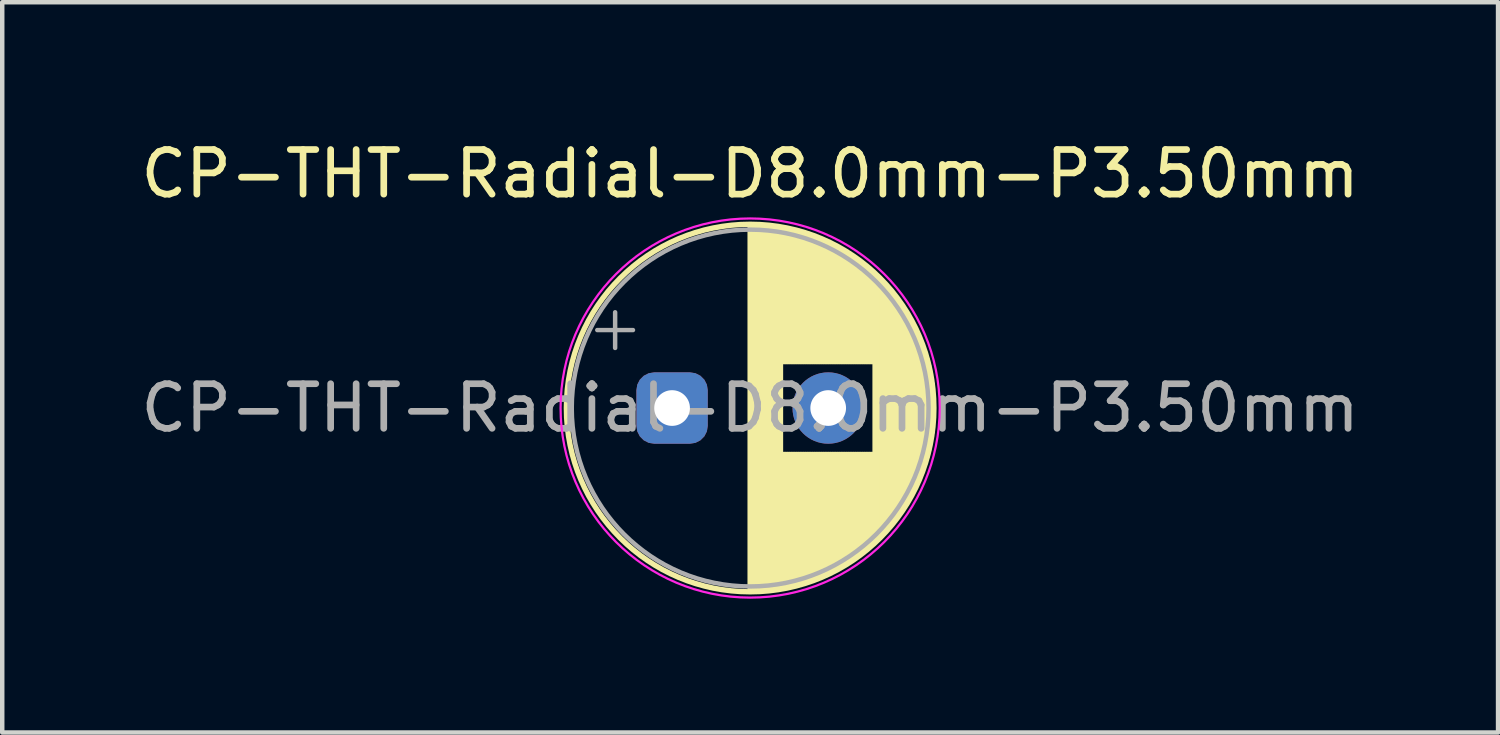
<source format=kicad_pcb>
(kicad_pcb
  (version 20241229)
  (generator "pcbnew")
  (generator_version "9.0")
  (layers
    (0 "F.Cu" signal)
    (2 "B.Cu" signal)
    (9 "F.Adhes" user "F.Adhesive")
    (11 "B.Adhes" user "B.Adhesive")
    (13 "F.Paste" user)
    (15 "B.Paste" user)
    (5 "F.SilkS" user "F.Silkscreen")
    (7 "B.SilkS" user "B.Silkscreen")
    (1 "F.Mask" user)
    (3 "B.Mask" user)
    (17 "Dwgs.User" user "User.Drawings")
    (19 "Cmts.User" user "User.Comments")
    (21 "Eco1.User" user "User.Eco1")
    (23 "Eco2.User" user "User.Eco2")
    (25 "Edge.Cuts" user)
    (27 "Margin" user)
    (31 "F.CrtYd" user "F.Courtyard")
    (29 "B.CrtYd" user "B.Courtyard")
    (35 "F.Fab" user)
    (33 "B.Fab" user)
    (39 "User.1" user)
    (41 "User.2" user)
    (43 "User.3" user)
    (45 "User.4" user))
  (footprint "CP-THT-Radial-D8.0mm-P3.50mm"
    (layer "F.Cu")
    (at 13.768 6.098)
    (property "Reference" "CP-THT-Radial-D8.0mm-P3.50mm" (at 0 -5.25 0) (layer "F.SilkS") (effects (font (size 1 1) (thickness 0.15))))
    (attr through_hole)
    (fp_line (start 0 -4.08) (end 0 4.08) (stroke (width 0.12) (type solid)) (layer "F.SilkS"))
    (fp_line (start 0.04 -4.08) (end 0.04 4.08) (stroke (width 0.12) (type solid)) (layer "F.SilkS"))
    (fp_line (start 0.08 -4.08) (end 0.08 4.08) (stroke (width 0.12) (type solid)) (layer "F.SilkS"))
    (fp_line (start 0.12 -4.079) (end 0.12 4.079) (stroke (width 0.12) (type solid)) (layer "F.SilkS"))
    (fp_line (start 0.16 -4.077) (end 0.16 4.077) (stroke (width 0.12) (type solid)) (layer "F.SilkS"))
    (fp_line (start 0.2 -4.076) (end 0.2 4.076) (stroke (width 0.12) (type solid)) (layer "F.SilkS"))
    (fp_line (start 0.24 -4.074) (end 0.24 4.074) (stroke (width 0.12) (type solid)) (layer "F.SilkS"))
    (fp_line (start 0.28 -4.071) (end 0.28 4.071) (stroke (width 0.12) (type solid)) (layer "F.SilkS"))
    (fp_line (start 0.32 -4.068) (end 0.32 4.068) (stroke (width 0.12) (type solid)) (layer "F.SilkS"))
    (fp_line (start 0.36 -4.065) (end 0.36 4.065) (stroke (width 0.12) (type solid)) (layer "F.SilkS"))
    (fp_line (start 0.4 -4.061) (end 0.4 4.061) (stroke (width 0.12) (type solid)) (layer "F.SilkS"))
    (fp_line (start 0.44 -4.057) (end 0.44 4.057) (stroke (width 0.12) (type solid)) (layer "F.SilkS"))
    (fp_line (start 0.48 -4.052) (end 0.48 4.052) (stroke (width 0.12) (type solid)) (layer "F.SilkS"))
    (fp_line (start 0.52 -4.048) (end 0.52 4.048) (stroke (width 0.12) (type solid)) (layer "F.SilkS"))
    (fp_line (start 0.56 -4.042) (end 0.56 4.042) (stroke (width 0.12) (type solid)) (layer "F.SilkS"))
    (fp_line (start 0.6 -4.037) (end 0.6 4.037) (stroke (width 0.12) (type solid)) (layer "F.SilkS"))
    (fp_line (start 0.64 -4.03) (end 0.64 4.03) (stroke (width 0.12) (type solid)) (layer "F.SilkS"))
    (fp_line (start 0.68 -4.024) (end 0.68 4.024) (stroke (width 0.12) (type solid)) (layer "F.SilkS"))
    (fp_line (start 0.721 -4.017) (end 0.721 -1.04) (stroke (width 0.12) (type solid)) (layer "F.SilkS"))
    (fp_line (start 0.721 1.04) (end 0.721 4.017) (stroke (width 0.12) (type solid)) (layer "F.SilkS"))
    (fp_line (start 0.761 -4.01) (end 0.761 -1.04) (stroke (width 0.12) (type solid)) (layer "F.SilkS"))
    (fp_line (start 0.761 1.04) (end 0.761 4.01) (stroke (width 0.12) (type solid)) (layer "F.SilkS"))
    (fp_line (start 0.801 -4.002) (end 0.801 -1.04) (stroke (width 0.12) (type solid)) (layer "F.SilkS"))
    (fp_line (start 0.801 1.04) (end 0.801 4.002) (stroke (width 0.12) (type solid)) (layer "F.SilkS"))
    (fp_line (start 0.841 -3.994) (end 0.841 -1.04) (stroke (width 0.12) (type solid)) (layer "F.SilkS"))
    (fp_line (start 0.841 1.04) (end 0.841 3.994) (stroke (width 0.12) (type solid)) (layer "F.SilkS"))
    (fp_line (start 0.881 -3.985) (end 0.881 -1.04) (stroke (width 0.12) (type solid)) (layer "F.SilkS"))
    (fp_line (start 0.881 1.04) (end 0.881 3.985) (stroke (width 0.12) (type solid)) (layer "F.SilkS"))
    (fp_line (start 0.921 -3.976) (end 0.921 -1.04) (stroke (width 0.12) (type solid)) (layer "F.SilkS"))
    (fp_line (start 0.921 1.04) (end 0.921 3.976) (stroke (width 0.12) (type solid)) (layer "F.SilkS"))
    (fp_line (start 0.961 -3.967) (end 0.961 -1.04) (stroke (width 0.12) (type solid)) (layer "F.SilkS"))
    (fp_line (start 0.961 1.04) (end 0.961 3.967) (stroke (width 0.12) (type solid)) (layer "F.SilkS"))
    (fp_line (start 1.001 -3.957) (end 1.001 -1.04) (stroke (width 0.12) (type solid)) (layer "F.SilkS"))
    (fp_line (start 1.001 1.04) (end 1.001 3.957) (stroke (width 0.12) (type solid)) (layer "F.SilkS"))
    (fp_line (start 1.041 -3.947) (end 1.041 -1.04) (stroke (width 0.12) (type solid)) (layer "F.SilkS"))
    (fp_line (start 1.041 1.04) (end 1.041 3.947) (stroke (width 0.12) (type solid)) (layer "F.SilkS"))
    (fp_line (start 1.081 -3.936) (end 1.081 -1.04) (stroke (width 0.12) (type solid)) (layer "F.SilkS"))
    (fp_line (start 1.081 1.04) (end 1.081 3.936) (stroke (width 0.12) (type solid)) (layer "F.SilkS"))
    (fp_line (start 1.121 -3.925) (end 1.121 -1.04) (stroke (width 0.12) (type solid)) (layer "F.SilkS"))
    (fp_line (start 1.121 1.04) (end 1.121 3.925) (stroke (width 0.12) (type solid)) (layer "F.SilkS"))
    (fp_line (start 1.161 -3.914) (end 1.161 -1.04) (stroke (width 0.12) (type solid)) (layer "F.SilkS"))
    (fp_line (start 1.161 1.04) (end 1.161 3.914) (stroke (width 0.12) (type solid)) (layer "F.SilkS"))
    (fp_line (start 1.201 -3.902) (end 1.201 -1.04) (stroke (width 0.12) (type solid)) (layer "F.SilkS"))
    (fp_line (start 1.201 1.04) (end 1.201 3.902) (stroke (width 0.12) (type solid)) (layer "F.SilkS"))
    (fp_line (start 1.241 -3.889) (end 1.241 -1.04) (stroke (width 0.12) (type solid)) (layer "F.SilkS"))
    (fp_line (start 1.241 1.04) (end 1.241 3.889) (stroke (width 0.12) (type solid)) (layer "F.SilkS"))
    (fp_line (start 1.281 -3.877) (end 1.281 -1.04) (stroke (width 0.12) (type solid)) (layer "F.SilkS"))
    (fp_line (start 1.281 1.04) (end 1.281 3.877) (stroke (width 0.12) (type solid)) (layer "F.SilkS"))
    (fp_line (start 1.321 -3.863) (end 1.321 -1.04) (stroke (width 0.12) (type solid)) (layer "F.SilkS"))
    (fp_line (start 1.321 1.04) (end 1.321 3.863) (stroke (width 0.12) (type solid)) (layer "F.SilkS"))
    (fp_line (start 1.361 -3.85) (end 1.361 -1.04) (stroke (width 0.12) (type solid)) (layer "F.SilkS"))
    (fp_line (start 1.361 1.04) (end 1.361 3.85) (stroke (width 0.12) (type solid)) (layer "F.SilkS"))
    (fp_line (start 1.401 -3.835) (end 1.401 -1.04) (stroke (width 0.12) (type solid)) (layer "F.SilkS"))
    (fp_line (start 1.401 1.04) (end 1.401 3.835) (stroke (width 0.12) (type solid)) (layer "F.SilkS"))
    (fp_line (start 1.441 -3.821) (end 1.441 -1.04) (stroke (width 0.12) (type solid)) (layer "F.SilkS"))
    (fp_line (start 1.441 1.04) (end 1.441 3.821) (stroke (width 0.12) (type solid)) (layer "F.SilkS"))
    (fp_line (start 1.481 -3.805) (end 1.481 -1.04) (stroke (width 0.12) (type solid)) (layer "F.SilkS"))
    (fp_line (start 1.481 1.04) (end 1.481 3.805) (stroke (width 0.12) (type solid)) (layer "F.SilkS"))
    (fp_line (start 1.521 -3.79) (end 1.521 -1.04) (stroke (width 0.12) (type solid)) (layer "F.SilkS"))
    (fp_line (start 1.521 1.04) (end 1.521 3.79) (stroke (width 0.12) (type solid)) (layer "F.SilkS"))
    (fp_line (start 1.561 -3.774) (end 1.561 -1.04) (stroke (width 0.12) (type solid)) (layer "F.SilkS"))
    (fp_line (start 1.561 1.04) (end 1.561 3.774) (stroke (width 0.12) (type solid)) (layer "F.SilkS"))
    (fp_line (start 1.601 -3.757) (end 1.601 -1.04) (stroke (width 0.12) (type solid)) (layer "F.SilkS"))
    (fp_line (start 1.601 1.04) (end 1.601 3.757) (stroke (width 0.12) (type solid)) (layer "F.SilkS"))
    (fp_line (start 1.641 -3.74) (end 1.641 -1.04) (stroke (width 0.12) (type solid)) (layer "F.SilkS"))
    (fp_line (start 1.641 1.04) (end 1.641 3.74) (stroke (width 0.12) (type solid)) (layer "F.SilkS"))
    (fp_line (start 1.681 -3.722) (end 1.681 -1.04) (stroke (width 0.12) (type solid)) (layer "F.SilkS"))
    (fp_line (start 1.681 1.04) (end 1.681 3.722) (stroke (width 0.12) (type solid)) (layer "F.SilkS"))
    (fp_line (start 1.721 -3.704) (end 1.721 -1.04) (stroke (width 0.12) (type solid)) (layer "F.SilkS"))
    (fp_line (start 1.721 1.04) (end 1.721 3.704) (stroke (width 0.12) (type solid)) (layer "F.SilkS"))
    (fp_line (start 1.761 -3.686) (end 1.761 -1.04) (stroke (width 0.12) (type solid)) (layer "F.SilkS"))
    (fp_line (start 1.761 1.04) (end 1.761 3.686) (stroke (width 0.12) (type solid)) (layer "F.SilkS"))
    (fp_line (start 1.801 -3.666) (end 1.801 -1.04) (stroke (width 0.12) (type solid)) (layer "F.SilkS"))
    (fp_line (start 1.801 1.04) (end 1.801 3.666) (stroke (width 0.12) (type solid)) (layer "F.SilkS"))
    (fp_line (start 1.841 -3.647) (end 1.841 -1.04) (stroke (width 0.12) (type solid)) (layer "F.SilkS"))
    (fp_line (start 1.841 1.04) (end 1.841 3.647) (stroke (width 0.12) (type solid)) (layer "F.SilkS"))
    (fp_line (start 1.881 -3.627) (end 1.881 -1.04) (stroke (width 0.12) (type solid)) (layer "F.SilkS"))
    (fp_line (start 1.881 1.04) (end 1.881 3.627) (stroke (width 0.12) (type solid)) (layer "F.SilkS"))
    (fp_line (start 1.921 -3.606) (end 1.921 -1.04) (stroke (width 0.12) (type solid)) (layer "F.SilkS"))
    (fp_line (start 1.921 1.04) (end 1.921 3.606) (stroke (width 0.12) (type solid)) (layer "F.SilkS"))
    (fp_line (start 1.961 -3.584) (end 1.961 -1.04) (stroke (width 0.12) (type solid)) (layer "F.SilkS"))
    (fp_line (start 1.961 1.04) (end 1.961 3.584) (stroke (width 0.12) (type solid)) (layer "F.SilkS"))
    (fp_line (start 2.001 -3.562) (end 2.001 -1.04) (stroke (width 0.12) (type solid)) (layer "F.SilkS"))
    (fp_line (start 2.001 1.04) (end 2.001 3.562) (stroke (width 0.12) (type solid)) (layer "F.SilkS"))
    (fp_line (start 2.041 -3.54) (end 2.041 -1.04) (stroke (width 0.12) (type solid)) (layer "F.SilkS"))
    (fp_line (start 2.041 1.04) (end 2.041 3.54) (stroke (width 0.12) (type solid)) (layer "F.SilkS"))
    (fp_line (start 2.081 -3.517) (end 2.081 -1.04) (stroke (width 0.12) (type solid)) (layer "F.SilkS"))
    (fp_line (start 2.081 1.04) (end 2.081 3.517) (stroke (width 0.12) (type solid)) (layer "F.SilkS"))
    (fp_line (start 2.121 -3.493) (end 2.121 -1.04) (stroke (width 0.12) (type solid)) (layer "F.SilkS"))
    (fp_line (start 2.121 1.04) (end 2.121 3.493) (stroke (width 0.12) (type solid)) (layer "F.SilkS"))
    (fp_line (start 2.161 -3.469) (end 2.161 -1.04) (stroke (width 0.12) (type solid)) (layer "F.SilkS"))
    (fp_line (start 2.161 1.04) (end 2.161 3.469) (stroke (width 0.12) (type solid)) (layer "F.SilkS"))
    (fp_line (start 2.201 -3.444) (end 2.201 -1.04) (stroke (width 0.12) (type solid)) (layer "F.SilkS"))
    (fp_line (start 2.201 1.04) (end 2.201 3.444) (stroke (width 0.12) (type solid)) (layer "F.SilkS"))
    (fp_line (start 2.241 -3.418) (end 2.241 -1.04) (stroke (width 0.12) (type solid)) (layer "F.SilkS"))
    (fp_line (start 2.241 1.04) (end 2.241 3.418) (stroke (width 0.12) (type solid)) (layer "F.SilkS"))
    (fp_line (start 2.281 -3.392) (end 2.281 -1.04) (stroke (width 0.12) (type solid)) (layer "F.SilkS"))
    (fp_line (start 2.281 1.04) (end 2.281 3.392) (stroke (width 0.12) (type solid)) (layer "F.SilkS"))
    (fp_line (start 2.321 -3.365) (end 2.321 -1.04) (stroke (width 0.12) (type solid)) (layer "F.SilkS"))
    (fp_line (start 2.321 1.04) (end 2.321 3.365) (stroke (width 0.12) (type solid)) (layer "F.SilkS"))
    (fp_line (start 2.361 -3.338) (end 2.361 -1.04) (stroke (width 0.12) (type solid)) (layer "F.SilkS"))
    (fp_line (start 2.361 1.04) (end 2.361 3.338) (stroke (width 0.12) (type solid)) (layer "F.SilkS"))
    (fp_line (start 2.401 -3.309) (end 2.401 -1.04) (stroke (width 0.12) (type solid)) (layer "F.SilkS"))
    (fp_line (start 2.401 1.04) (end 2.401 3.309) (stroke (width 0.12) (type solid)) (layer "F.SilkS"))
    (fp_line (start 2.441 -3.28) (end 2.441 -1.04) (stroke (width 0.12) (type solid)) (layer "F.SilkS"))
    (fp_line (start 2.441 1.04) (end 2.441 3.28) (stroke (width 0.12) (type solid)) (layer "F.SilkS"))
    (fp_line (start 2.481 -3.25) (end 2.481 -1.04) (stroke (width 0.12) (type solid)) (layer "F.SilkS"))
    (fp_line (start 2.481 1.04) (end 2.481 3.25) (stroke (width 0.12) (type solid)) (layer "F.SilkS"))
    (fp_line (start 2.521 -3.22) (end 2.521 -1.04) (stroke (width 0.12) (type solid)) (layer "F.SilkS"))
    (fp_line (start 2.521 1.04) (end 2.521 3.22) (stroke (width 0.12) (type solid)) (layer "F.SilkS"))
    (fp_line (start 2.561 -3.189) (end 2.561 -1.04) (stroke (width 0.12) (type solid)) (layer "F.SilkS"))
    (fp_line (start 2.561 1.04) (end 2.561 3.189) (stroke (width 0.12) (type solid)) (layer "F.SilkS"))
    (fp_line (start 2.601 -3.156) (end 2.601 -1.04) (stroke (width 0.12) (type solid)) (layer "F.SilkS"))
    (fp_line (start 2.601 1.04) (end 2.601 3.156) (stroke (width 0.12) (type solid)) (layer "F.SilkS"))
    (fp_line (start 2.641 -3.124) (end 2.641 -1.04) (stroke (width 0.12) (type solid)) (layer "F.SilkS"))
    (fp_line (start 2.641 1.04) (end 2.641 3.124) (stroke (width 0.12) (type solid)) (layer "F.SilkS"))
    (fp_line (start 2.681 -3.09) (end 2.681 -1.04) (stroke (width 0.12) (type solid)) (layer "F.SilkS"))
    (fp_line (start 2.681 1.04) (end 2.681 3.09) (stroke (width 0.12) (type solid)) (layer "F.SilkS"))
    (fp_line (start 2.721 -3.055) (end 2.721 -1.04) (stroke (width 0.12) (type solid)) (layer "F.SilkS"))
    (fp_line (start 2.721 1.04) (end 2.721 3.055) (stroke (width 0.12) (type solid)) (layer "F.SilkS"))
    (fp_line (start 2.761 -3.019) (end 2.761 -1.04) (stroke (width 0.12) (type solid)) (layer "F.SilkS"))
    (fp_line (start 2.761 1.04) (end 2.761 3.019) (stroke (width 0.12) (type solid)) (layer "F.SilkS"))
    (fp_line (start 2.801 -2.983) (end 2.801 2.983) (stroke (width 0.12) (type solid)) (layer "F.SilkS"))
    (fp_line (start 2.841 -2.945) (end 2.841 2.945) (stroke (width 0.12) (type solid)) (layer "F.SilkS"))
    (fp_line (start 2.881 -2.907) (end 2.881 2.907) (stroke (width 0.12) (type solid)) (layer "F.SilkS"))
    (fp_line (start 2.921 -2.867) (end 2.921 2.867) (stroke (width 0.12) (type solid)) (layer "F.SilkS"))
    (fp_line (start 2.961 -2.826) (end 2.961 2.826) (stroke (width 0.12) (type solid)) (layer "F.SilkS"))
    (fp_line (start 3.001 -2.784) (end 3.001 2.784) (stroke (width 0.12) (type solid)) (layer "F.SilkS"))
    (fp_line (start 3.041 -2.741) (end 3.041 2.741) (stroke (width 0.12) (type solid)) (layer "F.SilkS"))
    (fp_line (start 3.081 -2.697) (end 3.081 2.697) (stroke (width 0.12) (type solid)) (layer "F.SilkS"))
    (fp_line (start 3.121 -2.651) (end 3.121 2.651) (stroke (width 0.12) (type solid)) (layer "F.SilkS"))
    (fp_line (start 3.161 -2.604) (end 3.161 2.604) (stroke (width 0.12) (type solid)) (layer "F.SilkS"))
    (fp_line (start 3.201 -2.556) (end 3.201 2.556) (stroke (width 0.12) (type solid)) (layer "F.SilkS"))
    (fp_line (start 3.241 -2.505) (end 3.241 2.505) (stroke (width 0.12) (type solid)) (layer "F.SilkS"))
    (fp_line (start 3.281 -2.454) (end 3.281 2.454) (stroke (width 0.12) (type solid)) (layer "F.SilkS"))
    (fp_line (start 3.321 -2.4) (end 3.321 2.4) (stroke (width 0.12) (type solid)) (layer "F.SilkS"))
    (fp_line (start 3.361 -2.345) (end 3.361 2.345) (stroke (width 0.12) (type solid)) (layer "F.SilkS"))
    (fp_line (start 3.401 -2.287) (end 3.401 2.287) (stroke (width 0.12) (type solid)) (layer "F.SilkS"))
    (fp_line (start 3.441 -2.228) (end 3.441 2.228) (stroke (width 0.12) (type solid)) (layer "F.SilkS"))
    (fp_line (start 3.481 -2.166) (end 3.481 2.166) (stroke (width 0.12) (type solid)) (layer "F.SilkS"))
    (fp_line (start 3.521 -2.102) (end 3.521 2.102) (stroke (width 0.12) (type solid)) (layer "F.SilkS"))
    (fp_line (start 3.561 -2.034) (end 3.561 2.034) (stroke (width 0.12) (type solid)) (layer "F.SilkS"))
    (fp_line (start 3.601 -1.964) (end 3.601 1.964) (stroke (width 0.12) (type solid)) (layer "F.SilkS"))
    (fp_line (start 3.641 -1.89) (end 3.641 1.89) (stroke (width 0.12) (type solid)) (layer "F.SilkS"))
    (fp_line (start 3.681 -1.813) (end 3.681 1.813) (stroke (width 0.12) (type solid)) (layer "F.SilkS"))
    (fp_line (start 3.721 -1.731) (end 3.721 1.731) (stroke (width 0.12) (type solid)) (layer "F.SilkS"))
    (fp_line (start 3.761 -1.645) (end 3.761 1.645) (stroke (width 0.12) (type solid)) (layer "F.SilkS"))
    (fp_line (start 3.801 -1.552) (end 3.801 1.552) (stroke (width 0.12) (type solid)) (layer "F.SilkS"))
    (fp_line (start 3.841 -1.453) (end 3.841 1.453) (stroke (width 0.12) (type solid)) (layer "F.SilkS"))
    (fp_line (start 3.881 -1.346) (end 3.881 1.346) (stroke (width 0.12) (type solid)) (layer "F.SilkS"))
    (fp_line (start 3.921 -1.229) (end 3.921 1.229) (stroke (width 0.12) (type solid)) (layer "F.SilkS"))
    (fp_line (start 3.961 -1.098) (end 3.961 1.098) (stroke (width 0.12) (type solid)) (layer "F.SilkS"))
    (fp_line (start 4.001 -0.948) (end 4.001 0.948) (stroke (width 0.12) (type solid)) (layer "F.SilkS"))
    (fp_line (start 4.041 -0.768) (end 4.041 0.768) (stroke (width 0.12) (type solid)) (layer "F.SilkS"))
    (fp_line (start 4.081 -0.533) (end 4.081 0.533) (stroke (width 0.12) (type solid)) (layer "F.SilkS"))
    (fp_circle (center 0 0) (end 4.12 0) (stroke (width 0.12) (type solid)) (fill no) (layer "F.SilkS"))
    (fp_circle (center 0 0) (end 4.25 0) (stroke (width 0.05) (type solid)) (fill no) (layer "F.CrtYd"))
    (fp_line (start -3.427 -1.748) (end -2.627 -1.748) (stroke (width 0.1) (type solid)) (layer "F.Fab"))
    (fp_line (start -3.027 -2.147) (end -3.027 -1.347) (stroke (width 0.1) (type solid)) (layer "F.Fab"))
    (fp_circle (center 0 0) (end 4 0) (stroke (width 0.1) (type solid)) (fill no) (layer "F.Fab"))
    (fp_text user "${REFERENCE}" (at 0 0 0) (layer "F.Fab") (effects (font (size 1 1) (thickness 0.15))))
    (pad "1" thru_hole roundrect (at -1.75 0) (size 1.6 1.6) (drill 0.8) (layers "*.Cu" "*.Mask") (roundrect_rratio 0.25))
    (pad "2" thru_hole oval (at 1.75 0) (size 1.6 1.6) (drill 0.8) (layers "*.Cu" "*.Mask")))
  (gr_rect
    (start -3 -3)
    (end 30.536 13.373)
    (stroke (width 0.1) (type default))
    (fill no)
    (layer "Edge.Cuts")))
</source>
